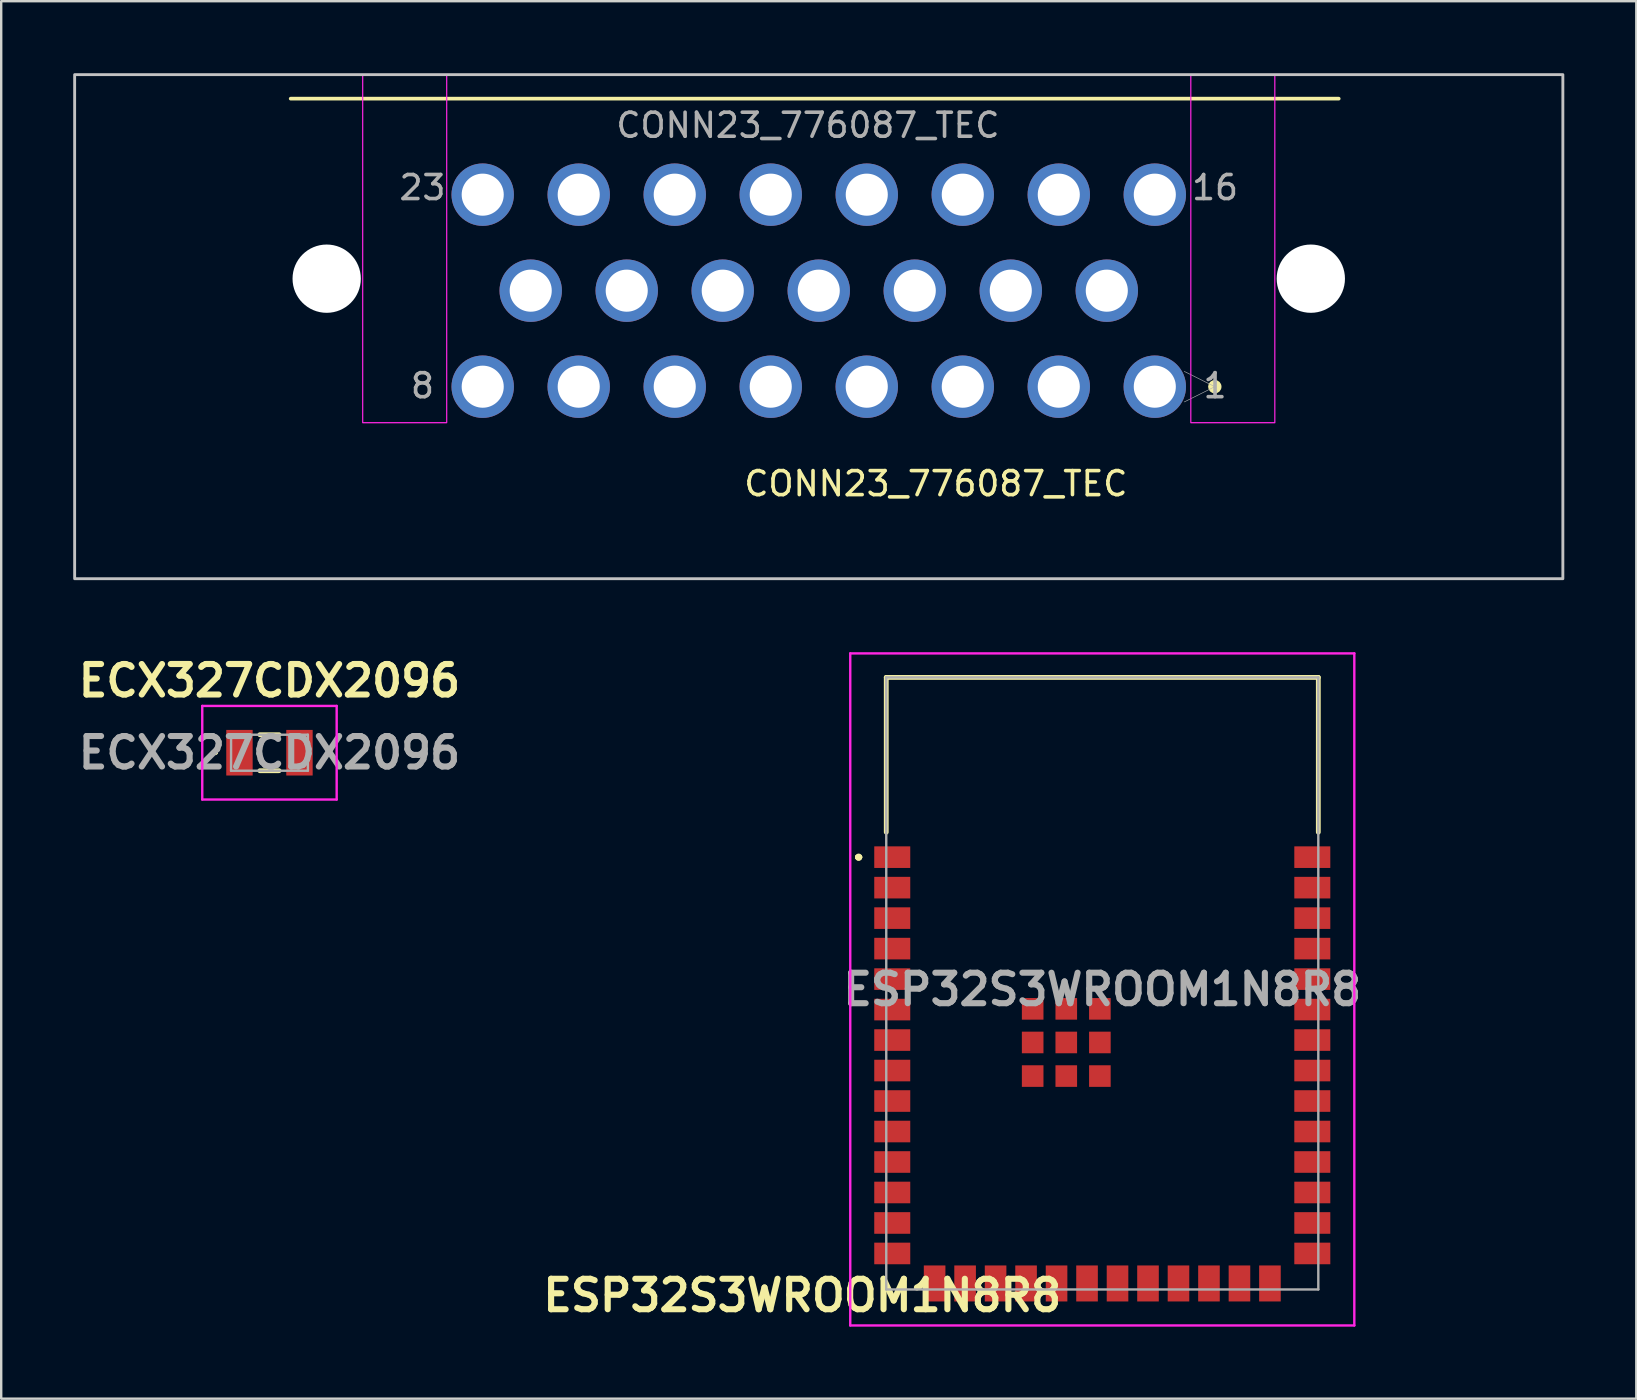
<source format=kicad_pcb>
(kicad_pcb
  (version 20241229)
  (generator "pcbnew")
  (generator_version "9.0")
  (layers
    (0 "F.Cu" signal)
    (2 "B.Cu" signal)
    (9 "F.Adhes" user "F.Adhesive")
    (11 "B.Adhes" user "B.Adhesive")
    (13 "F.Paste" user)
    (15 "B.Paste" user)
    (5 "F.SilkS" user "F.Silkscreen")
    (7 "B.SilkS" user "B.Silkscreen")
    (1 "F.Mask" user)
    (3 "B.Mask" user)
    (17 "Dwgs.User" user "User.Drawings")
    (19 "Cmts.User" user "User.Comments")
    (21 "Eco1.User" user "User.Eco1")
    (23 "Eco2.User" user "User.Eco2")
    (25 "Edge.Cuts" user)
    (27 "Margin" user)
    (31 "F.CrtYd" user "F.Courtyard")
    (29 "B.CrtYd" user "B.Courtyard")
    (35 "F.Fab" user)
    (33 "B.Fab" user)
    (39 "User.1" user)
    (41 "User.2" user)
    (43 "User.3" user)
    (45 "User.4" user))
  (footprint "CONN23_776087_TEC"
    (layer "F.Cu")
    (at 45.06 13.06)
    (property "Reference" "CONN23_776087_TEC" (at -9.12 4.04 0) (unlocked yes) (layer "F.SilkS") (effects (font (size 1 1) (thickness 0.15))))
    (attr through_hole)
    (fp_line (start -36 -12) (end 7.663 -12) (stroke (width 0.152) (type solid)) (layer "F.SilkS"))
    (fp_circle (center 2.5 0) (end 2.5 -0.152) (stroke (width 0.254) (type solid)) (fill no) (layer "F.SilkS"))
    (fp_rect (start -45 -13) (end 17 8) (stroke (width 0.12) (type default)) (fill no) (layer "Dwgs.User"))
    (fp_rect (start -33 -13) (end -29.5 1.5) (stroke (width 0.05) (type default)) (fill no) (layer "F.CrtYd"))
    (fp_rect (start 1.5 -13) (end 5 1.5) (stroke (width 0.05) (type default)) (fill no) (layer "F.CrtYd"))
    (fp_line (start 1.23 -0.635) (end 2.5 0) (stroke (width 0.025) (type solid)) (layer "F.Fab"))
    (fp_line (start 1.23 0.635) (end 2.5 0) (stroke (width 0.025) (type solid)) (layer "F.Fab"))
    (fp_text user "${REFERENCE}" (at -14.45 -10.89 0) (unlocked yes) (layer "F.Fab") (effects (font (size 1 1) (thickness 0.15))))
    (fp_text user "1" (at 2.51 -0.04 0) (unlocked yes) (layer "F.Fab") (effects (font (size 1 1) (thickness 0.15))))
    (fp_text user "23" (at -30.51 -8.295 0) (unlocked yes) (layer "F.Fab") (effects (font (size 1 1) (thickness 0.15))))
    (fp_text user "16" (at 2.51 -8.295 0) (unlocked yes) (layer "F.Fab") (effects (font (size 1 1) (thickness 0.15))))
    (fp_text user "8" (at -30.51 -0.04 0) (unlocked yes) (layer "F.Fab") (effects (font (size 1 1) (thickness 0.15))))
    (pad "" np_thru_hole circle (at -34.5 -4.5) (size 2.845 2.845) (drill 2.845) (layers "*.Cu" "*.Mask"))
    (pad "" np_thru_hole circle (at 6.5 -4.5) (size 2.845 2.845) (drill 2.845) (layers "*.Cu" "*.Mask"))
    (pad "1" thru_hole circle (at -0.000001 0) (size 2.6 2.6) (drill 1.753) (layers "*.Cu" "*.Mask"))
    (pad "2" thru_hole circle (at -4 0) (size 2.6 2.6) (drill 1.753) (layers "*.Cu" "*.Mask"))
    (pad "3" thru_hole circle (at -8 0) (size 2.6 2.6) (drill 1.753) (layers "*.Cu" "*.Mask"))
    (pad "4" thru_hole circle (at -12 0) (size 2.6 2.6) (drill 1.753) (layers "*.Cu" "*.Mask"))
    (pad "5" thru_hole circle (at -16 0) (size 2.6 2.6) (drill 1.753) (layers "*.Cu" "*.Mask"))
    (pad "6" thru_hole circle (at -20 0) (size 2.6 2.6) (drill 1.753) (layers "*.Cu" "*.Mask"))
    (pad "7" thru_hole circle (at -24 0) (size 2.6 2.6) (drill 1.753) (layers "*.Cu" "*.Mask"))
    (pad "8" thru_hole circle (at -28 0) (size 2.6 2.6) (drill 1.753) (layers "*.Cu" "*.Mask"))
    (pad "9" thru_hole circle (at -2 -4) (size 2.6 2.6) (drill 1.753) (layers "*.Cu" "*.Mask"))
    (pad "10" thru_hole circle (at -6 -4) (size 2.6 2.6) (drill 1.753) (layers "*.Cu" "*.Mask"))
    (pad "11" thru_hole circle (at -10 -4) (size 2.6 2.6) (drill 1.753) (layers "*.Cu" "*.Mask"))
    (pad "12" thru_hole circle (at -14 -4) (size 2.6 2.6) (drill 1.753) (layers "*.Cu" "*.Mask"))
    (pad "13" thru_hole circle (at -18 -4) (size 2.6 2.6) (drill 1.753) (layers "*.Cu" "*.Mask"))
    (pad "14" thru_hole circle (at -22 -4) (size 2.6 2.6) (drill 1.753) (layers "*.Cu" "*.Mask"))
    (pad "15" thru_hole circle (at -26 -4) (size 2.6 2.6) (drill 1.753) (layers "*.Cu" "*.Mask"))
    (pad "16" thru_hole circle (at -0.000001 -8) (size 2.6 2.6) (drill 1.753) (layers "*.Cu" "*.Mask"))
    (pad "17" thru_hole circle (at -4 -8) (size 2.6 2.6) (drill 1.753) (layers "*.Cu" "*.Mask"))
    (pad "18" thru_hole circle (at -8 -8) (size 2.6 2.6) (drill 1.753) (layers "*.Cu" "*.Mask"))
    (pad "19" thru_hole circle (at -12 -8) (size 2.6 2.6) (drill 1.753) (layers "*.Cu" "*.Mask"))
    (pad "20" thru_hole circle (at -16 -8) (size 2.6 2.6) (drill 1.753) (layers "*.Cu" "*.Mask"))
    (pad "21" thru_hole circle (at -20 -8) (size 2.6 2.6) (drill 1.753) (layers "*.Cu" "*.Mask"))
    (pad "22" thru_hole circle (at -24 -8) (size 2.6 2.6) (drill 1.753) (layers "*.Cu" "*.Mask"))
    (pad "23" thru_hole circle (at -28 -8) (size 2.6 2.6) (drill 1.753) (layers "*.Cu" "*.Mask")))
  (footprint "ECX327CDX2096"
    (layer "F.Cu")
    (at 8.176 28.309)
    (property "Reference" "ECX327CDX2096" (at 0 -3 0) (layer "F.SilkS") (effects (font (size 1.27 1.27) (thickness 0.254))))
    (attr smd)
    (fp_line (start -2.3 0) (end -2.3 0) (stroke (width 0.1) (type solid)) (layer "F.SilkS"))
    (fp_line (start -2.2 0) (end -2.2 0) (stroke (width 0.1) (type solid)) (layer "F.SilkS"))
    (fp_line (start -0.4 -0.75) (end 0.4 -0.75) (stroke (width 0.2) (type solid)) (layer "F.SilkS"))
    (fp_line (start -0.4 0.75) (end 0.4 0.75) (stroke (width 0.2) (type solid)) (layer "F.SilkS"))
    (fp_arc (start -2.3 0) (mid -2.25 -0.05) (end -2.2 0) (stroke (width 0.1) (type solid)) (layer "F.SilkS"))
    (fp_arc (start -2.2 0) (mid -2.25 0.05) (end -2.3 0) (stroke (width 0.1) (type solid)) (layer "F.SilkS"))
    (fp_line (start -2.8 -1.95) (end 2.8 -1.95) (stroke (width 0.1) (type solid)) (layer "F.CrtYd"))
    (fp_line (start -2.8 1.95) (end -2.8 -1.95) (stroke (width 0.1) (type solid)) (layer "F.CrtYd"))
    (fp_line (start 2.8 -1.95) (end 2.8 1.95) (stroke (width 0.1) (type solid)) (layer "F.CrtYd"))
    (fp_line (start 2.8 1.95) (end -2.8 1.95) (stroke (width 0.1) (type solid)) (layer "F.CrtYd"))
    (fp_line (start -1.6 -0.75) (end 1.6 -0.75) (stroke (width 0.1) (type solid)) (layer "F.Fab"))
    (fp_line (start -1.6 0.75) (end -1.6 -0.75) (stroke (width 0.1) (type solid)) (layer "F.Fab"))
    (fp_line (start 1.6 -0.75) (end 1.6 0.75) (stroke (width 0.1) (type solid)) (layer "F.Fab"))
    (fp_line (start 1.6 0.75) (end -1.6 0.75) (stroke (width 0.1) (type solid)) (layer "F.Fab"))
    (fp_text user "${REFERENCE}" (at 0 0 0) (layer "F.Fab") (effects (font (size 1.27 1.27) (thickness 0.254))))
    (pad "1" smd rect (at -1.25 0) (size 1.1 1.9) (layers "F.Cu" "F.Mask" "F.Paste"))
    (pad "2" smd rect (at 1.25 0) (size 1.1 1.9) (layers "F.Cu" "F.Mask" "F.Paste")))
  (footprint "ESP32S3WROOM1N8R8"
    (layer "F.Cu")
    (at 42.872 37.92)
    (property "Reference" "ESP32S3WROOM1N8R8" (at -12.5 13 0) (layer "F.SilkS") (effects (font (size 1.27 1.27) (thickness 0.254))))
    (attr smd)
    (fp_line (start -10.2 -5.26) (end -10.2 -5.26) (stroke (width 0.2) (type solid)) (layer "F.SilkS"))
    (fp_line (start -10.2 -5.26) (end -10.2 -5.26) (stroke (width 0.2) (type solid)) (layer "F.SilkS"))
    (fp_line (start -10.1 -5.26) (end -10.1 -5.26) (stroke (width 0.2) (type solid)) (layer "F.SilkS"))
    (fp_line (start -9 -12.75) (end 9 -12.75) (stroke (width 0.2) (type solid)) (layer "F.SilkS"))
    (fp_line (start -9 -6.3) (end -9 -12.75) (stroke (width 0.2) (type solid)) (layer "F.SilkS"))
    (fp_line (start 9 -12.75) (end 9 -6.3) (stroke (width 0.2) (type solid)) (layer "F.SilkS"))
    (fp_arc (start -10.2 -5.26) (mid -10.15 -5.31) (end -10.1 -5.26) (stroke (width 0.2) (type solid)) (layer "F.SilkS"))
    (fp_arc (start -10.1 -5.26) (mid -10.15 -5.21) (end -10.2 -5.26) (stroke (width 0.2) (type solid)) (layer "F.SilkS"))
    (fp_arc (start -10.1 -5.26) (mid -10.15 -5.21) (end -10.2 -5.26) (stroke (width 0.2) (type solid)) (layer "F.SilkS"))
    (fp_line (start -10.5 -13.75) (end 10.5 -13.75) (stroke (width 0.1) (type solid)) (layer "F.CrtYd"))
    (fp_line (start -10.5 14.25) (end -10.5 -13.75) (stroke (width 0.1) (type solid)) (layer "F.CrtYd"))
    (fp_line (start 10.5 -13.75) (end 10.5 14.25) (stroke (width 0.1) (type solid)) (layer "F.CrtYd"))
    (fp_line (start 10.5 14.25) (end -10.5 14.25) (stroke (width 0.1) (type solid)) (layer "F.CrtYd"))
    (fp_line (start -9 -12.75) (end 9 -12.75) (stroke (width 0.1) (type solid)) (layer "F.Fab"))
    (fp_line (start -9 12.75) (end -9 -12.75) (stroke (width 0.1) (type solid)) (layer "F.Fab"))
    (fp_line (start 9 -12.75) (end 9 12.75) (stroke (width 0.1) (type solid)) (layer "F.Fab"))
    (fp_line (start 9 12.75) (end -9 12.75) (stroke (width 0.1) (type solid)) (layer "F.Fab"))
    (fp_text user "${REFERENCE}" (at 0 0.25 0) (layer "F.Fab") (effects (font (size 1.27 1.27) (thickness 0.254))))
    (pad "1" smd rect (at -8.75 -5.26 90) (size 0.9 1.5) (layers "F.Cu" "F.Mask" "F.Paste"))
    (pad "2" smd rect (at -8.75 -3.99 90) (size 0.9 1.5) (layers "F.Cu" "F.Mask" "F.Paste"))
    (pad "3" smd rect (at -8.75 -2.72 90) (size 0.9 1.5) (layers "F.Cu" "F.Mask" "F.Paste"))
    (pad "4" smd rect (at -8.75 -1.45 90) (size 0.9 1.5) (layers "F.Cu" "F.Mask" "F.Paste"))
    (pad "5" smd rect (at -8.75 -0.18 90) (size 0.9 1.5) (layers "F.Cu" "F.Mask" "F.Paste"))
    (pad "6" smd rect (at -8.75 1.09 90) (size 0.9 1.5) (layers "F.Cu" "F.Mask" "F.Paste"))
    (pad "7" smd rect (at -8.75 2.36 90) (size 0.9 1.5) (layers "F.Cu" "F.Mask" "F.Paste"))
    (pad "8" smd rect (at -8.75 3.63 90) (size 0.9 1.5) (layers "F.Cu" "F.Mask" "F.Paste"))
    (pad "9" smd rect (at -8.75 4.9 90) (size 0.9 1.5) (layers "F.Cu" "F.Mask" "F.Paste"))
    (pad "10" smd rect (at -8.75 6.17 90) (size 0.9 1.5) (layers "F.Cu" "F.Mask" "F.Paste"))
    (pad "11" smd rect (at -8.75 7.44 90) (size 0.9 1.5) (layers "F.Cu" "F.Mask" "F.Paste"))
    (pad "12" smd rect (at -8.75 8.71 90) (size 0.9 1.5) (layers "F.Cu" "F.Mask" "F.Paste"))
    (pad "13" smd rect (at -8.75 9.98 90) (size 0.9 1.5) (layers "F.Cu" "F.Mask" "F.Paste"))
    (pad "14" smd rect (at -8.75 11.25 90) (size 0.9 1.5) (layers "F.Cu" "F.Mask" "F.Paste"))
    (pad "15" smd rect (at -6.985 12.5) (size 0.9 1.5) (layers "F.Cu" "F.Mask" "F.Paste"))
    (pad "16" smd rect (at -5.715 12.5) (size 0.9 1.5) (layers "F.Cu" "F.Mask" "F.Paste"))
    (pad "17" smd rect (at -4.445 12.5) (size 0.9 1.5) (layers "F.Cu" "F.Mask" "F.Paste"))
    (pad "18" smd rect (at -3.175 12.5) (size 0.9 1.5) (layers "F.Cu" "F.Mask" "F.Paste"))
    (pad "19" smd rect (at -1.905 12.5) (size 0.9 1.5) (layers "F.Cu" "F.Mask" "F.Paste"))
    (pad "20" smd rect (at -0.635 12.5) (size 0.9 1.5) (layers "F.Cu" "F.Mask" "F.Paste"))
    (pad "21" smd rect (at 0.635 12.5) (size 0.9 1.5) (layers "F.Cu" "F.Mask" "F.Paste"))
    (pad "22" smd rect (at 1.905 12.5) (size 0.9 1.5) (layers "F.Cu" "F.Mask" "F.Paste"))
    (pad "23" smd rect (at 3.175 12.5) (size 0.9 1.5) (layers "F.Cu" "F.Mask" "F.Paste"))
    (pad "24" smd rect (at 4.445 12.5) (size 0.9 1.5) (layers "F.Cu" "F.Mask" "F.Paste"))
    (pad "25" smd rect (at 5.715 12.5) (size 0.9 1.5) (layers "F.Cu" "F.Mask" "F.Paste"))
    (pad "26" smd rect (at 6.985 12.5) (size 0.9 1.5) (layers "F.Cu" "F.Mask" "F.Paste"))
    (pad "27" smd rect (at 8.75 11.25 90) (size 0.9 1.5) (layers "F.Cu" "F.Mask" "F.Paste"))
    (pad "28" smd rect (at 8.75 9.98 90) (size 0.9 1.5) (layers "F.Cu" "F.Mask" "F.Paste"))
    (pad "29" smd rect (at 8.75 8.71 90) (size 0.9 1.5) (layers "F.Cu" "F.Mask" "F.Paste"))
    (pad "30" smd rect (at 8.75 7.44 90) (size 0.9 1.5) (layers "F.Cu" "F.Mask" "F.Paste"))
    (pad "31" smd rect (at 8.75 6.17 90) (size 0.9 1.5) (layers "F.Cu" "F.Mask" "F.Paste"))
    (pad "32" smd rect (at 8.75 4.9 90) (size 0.9 1.5) (layers "F.Cu" "F.Mask" "F.Paste"))
    (pad "33" smd rect (at 8.75 3.63 90) (size 0.9 1.5) (layers "F.Cu" "F.Mask" "F.Paste"))
    (pad "34" smd rect (at 8.75 2.36 90) (size 0.9 1.5) (layers "F.Cu" "F.Mask" "F.Paste"))
    (pad "35" smd rect (at 8.75 1.09 90) (size 0.9 1.5) (layers "F.Cu" "F.Mask" "F.Paste"))
    (pad "36" smd rect (at 8.75 -0.18 90) (size 0.9 1.5) (layers "F.Cu" "F.Mask" "F.Paste"))
    (pad "37" smd rect (at 8.75 -1.45 90) (size 0.9 1.5) (layers "F.Cu" "F.Mask" "F.Paste"))
    (pad "38" smd rect (at 8.75 -2.72 90) (size 0.9 1.5) (layers "F.Cu" "F.Mask" "F.Paste"))
    (pad "39" smd rect (at 8.75 -3.99 90) (size 0.9 1.5) (layers "F.Cu" "F.Mask" "F.Paste"))
    (pad "40" smd rect (at 8.75 -5.26 90) (size 0.9 1.5) (layers "F.Cu" "F.Mask" "F.Paste"))
    (pad "41" smd rect (at -1.5 2.46) (size 0.9 0.9) (layers "F.Cu" "F.Mask" "F.Paste"))
    (pad "42" smd rect (at -1.5 1.06) (size 0.9 0.9) (layers "F.Cu" "F.Mask" "F.Paste"))
    (pad "43" smd rect (at -2.9 1.06) (size 0.9 0.9) (layers "F.Cu" "F.Mask" "F.Paste"))
    (pad "44" smd rect (at -2.9 2.46) (size 0.9 0.9) (layers "F.Cu" "F.Mask" "F.Paste"))
    (pad "45" smd rect (at -2.9 3.86) (size 0.9 0.9) (layers "F.Cu" "F.Mask" "F.Paste"))
    (pad "46" smd rect (at -1.5 3.86) (size 0.9 0.9) (layers "F.Cu" "F.Mask" "F.Paste"))
    (pad "47" smd rect (at -0.1 3.86) (size 0.9 0.9) (layers "F.Cu" "F.Mask" "F.Paste"))
    (pad "48" smd rect (at -0.1 2.46) (size 0.9 0.9) (layers "F.Cu" "F.Mask" "F.Paste"))
    (pad "49" smd rect (at -0.1 1.06) (size 0.9 0.9) (layers "F.Cu" "F.Mask" "F.Paste")))
  (gr_rect
    (start -3 -3)
    (end 65.12 55.22)
    (stroke (width 0.1) (type default))
    (fill no)
    (layer "Edge.Cuts")))
</source>
